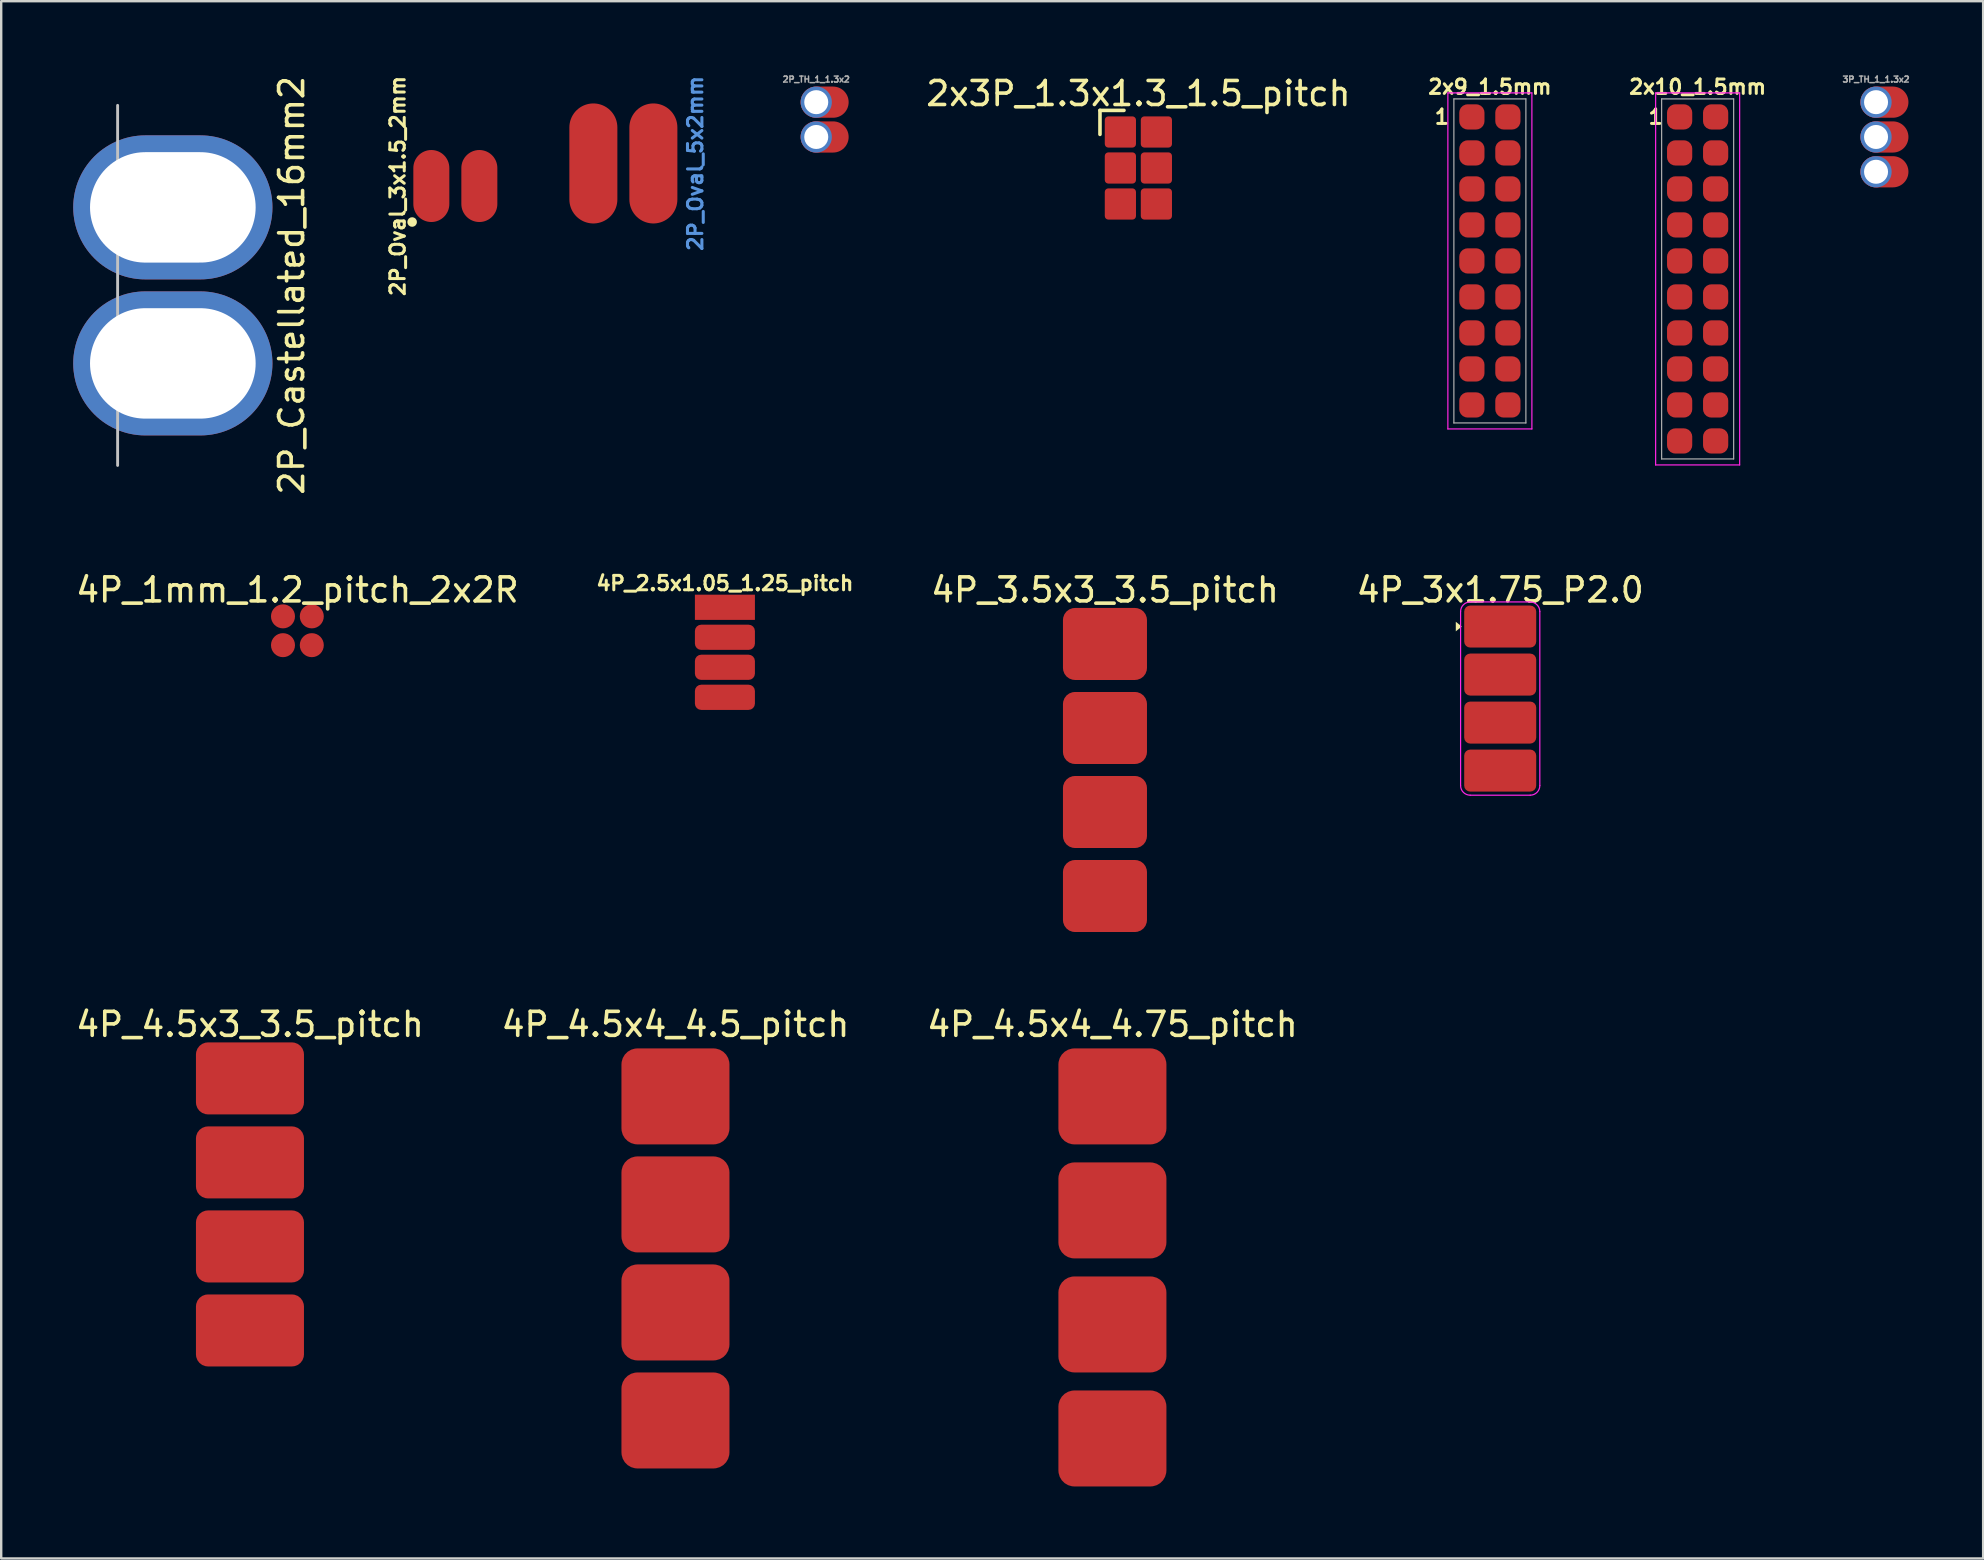
<source format=kicad_pcb>
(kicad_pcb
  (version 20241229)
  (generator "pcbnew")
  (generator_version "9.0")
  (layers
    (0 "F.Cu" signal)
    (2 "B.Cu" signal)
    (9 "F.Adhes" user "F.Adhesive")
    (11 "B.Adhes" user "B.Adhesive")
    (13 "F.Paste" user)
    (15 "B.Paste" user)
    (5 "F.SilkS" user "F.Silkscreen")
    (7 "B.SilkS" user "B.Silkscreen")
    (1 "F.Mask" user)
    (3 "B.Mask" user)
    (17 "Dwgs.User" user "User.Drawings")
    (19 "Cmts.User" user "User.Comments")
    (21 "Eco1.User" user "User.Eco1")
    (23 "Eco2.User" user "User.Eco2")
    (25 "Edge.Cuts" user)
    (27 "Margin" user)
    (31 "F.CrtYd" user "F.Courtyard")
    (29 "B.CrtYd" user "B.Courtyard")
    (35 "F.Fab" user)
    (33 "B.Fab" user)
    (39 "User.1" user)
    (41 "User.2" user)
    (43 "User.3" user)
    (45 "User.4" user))
  (footprint "4P_3.5x3_3.5_pitch"
    (layer "F.Cu")
    (at 42.982 29.027)
    (property "Reference" "4P_3.5x3_3.5_pitch" (at 0 -7.5 180) (layer "F.SilkS") (effects (font (size 1 1) (thickness 0.15))))
    (attr exclude_from_pos_files exclude_from_bom)
    (pad "1" connect roundrect (at 0 -5.25) (size 3.5 3) (layers "F.Cu" "F.Mask") (roundrect_rratio 0.167))
    (pad "2" connect roundrect (at 0 -1.75) (size 3.5 3) (layers "F.Cu" "F.Mask") (roundrect_rratio 0.167))
    (pad "3" connect roundrect (at 0 1.75) (size 3.5 3) (layers "F.Cu" "F.Mask") (roundrect_rratio 0.167))
    (pad "4" connect roundrect (at 0 5.25) (size 3.5 3) (layers "F.Cu" "F.Mask") (roundrect_rratio 0.167)))
  (footprint "4P_1mm_1.2_pitch_2x2R"
    (layer "F.Cu")
    (at 9.339 23.227)
    (property "Reference" "4P_1mm_1.2_pitch_2x2R" (at 0 -1.7 0) (layer "F.SilkS") (effects (font (size 1 1) (thickness 0.15))))
    (attr through_hole)
    (pad "1" connect circle (at -0.6 -0.6) (size 1 1) (layers "F.Cu" "F.Mask"))
    (pad "2" connect circle (at 0.6 -0.6) (size 1 1) (layers "F.Cu" "F.Mask"))
    (pad "3" connect circle (at -0.6 0.6) (size 1 1) (layers "F.Cu" "F.Mask"))
    (pad "4" connect circle (at 0.6 0.6) (size 1 1) (layers "F.Cu" "F.Mask")))
  (footprint "4P_4.5x3_3.5_pitch"
    (layer "F.Cu")
    (at 7.363 47.125)
    (property "Reference" "4P_4.5x3_3.5_pitch" (at 0 -7.5 180) (layer "F.SilkS") (effects (font (size 1 1) (thickness 0.15))))
    (attr exclude_from_pos_files exclude_from_bom)
    (pad "1" connect roundrect (at 0 -5.25) (size 4.5 3) (layers "F.Cu" "F.Mask") (roundrect_rratio 0.167))
    (pad "2" connect roundrect (at 0 -1.75) (size 4.5 3) (layers "F.Cu" "F.Mask") (roundrect_rratio 0.167))
    (pad "3" connect roundrect (at 0 1.75) (size 4.5 3) (layers "F.Cu" "F.Mask") (roundrect_rratio 0.167))
    (pad "4" connect roundrect (at 0 5.25) (size 4.5 3) (layers "F.Cu" "F.Mask") (roundrect_rratio 0.167)))
  (footprint "4P_2.5x1.05_1.25_pitch"
    (layer "F.Cu")
    (at 27.149 24.124)
    (property "Reference" "4P_2.5x1.05_1.25_pitch" (at 0 -2.875 0) (layer "F.SilkS") (effects (font (size 0.6 0.6) (thickness 0.125))))
    (attr exclude_from_pos_files exclude_from_bom)
    (pad "1" connect rect (at 0 -1.875) (size 2.5 1.05) (layers "F.Cu" "F.Mask"))
    (pad "2" connect roundrect (at 0 -0.625) (size 2.5 1.05) (layers "F.Cu" "F.Mask") (roundrect_rratio 0.25))
    (pad "3" connect roundrect (at 0 0.625) (size 2.5 1.05) (layers "F.Cu" "F.Mask") (roundrect_rratio 0.25))
    (pad "4" connect roundrect (at 0 1.875) (size 2.5 1.05) (layers "F.Cu" "F.Mask") (roundrect_rratio 0.25)))
  (footprint "4P_3x1.75_P2.0"
    (layer "F.Cu")
    (at 59.447 26.052)
    (property "Reference" "4P_3x1.75_P2.0" (at 0 -4.525 0) (unlocked yes) (layer "F.SilkS") (effects (font (size 1 1) (thickness 0.15))))
    (attr through_hole)
    (fp_poly (pts (xy -1.6 -3) (xy -1.85 -2.8) (xy -1.85 -3.2)) (stroke (width 0) (type solid)) (fill yes) (layer "F.SilkS"))
    (fp_line (start -1.65 -3.625) (end -1.65 3.625) (stroke (width 0.05) (type solid)) (layer "F.CrtYd"))
    (fp_line (start -1.25 4.025) (end 1.25 4.025) (stroke (width 0.05) (type solid)) (layer "F.CrtYd"))
    (fp_line (start 1.25 -4.025) (end -1.25 -4.025) (stroke (width 0.05) (type solid)) (layer "F.CrtYd"))
    (fp_line (start 1.65 3.625) (end 1.65 -3.625) (stroke (width 0.05) (type solid)) (layer "F.CrtYd"))
    (fp_arc (start -1.65 -3.625) (mid -1.532843 -3.907843) (end -1.25 -4.025) (stroke (width 0.05) (type solid)) (layer "F.CrtYd"))
    (fp_arc (start -1.25 4.025) (mid -1.532843 3.907843) (end -1.65 3.625) (stroke (width 0.05) (type solid)) (layer "F.CrtYd"))
    (fp_arc (start 1.25 -4.025) (mid 1.532843 -3.907843) (end 1.65 -3.625) (stroke (width 0.05) (type solid)) (layer "F.CrtYd"))
    (fp_arc (start 1.65 3.625) (mid 1.532843 3.907843) (end 1.25 4.025) (stroke (width 0.05) (type solid)) (layer "F.CrtYd"))
    (pad "1" connect roundrect (at 0 -3) (size 3 1.75) (layers "F.Cu" "F.Mask") (roundrect_rratio 0.143))
    (pad "2" connect roundrect (at 0 -1) (size 3 1.75) (layers "F.Cu" "F.Mask") (roundrect_rratio 0.143))
    (pad "3" connect roundrect (at 0 1) (size 3 1.75) (layers "F.Cu" "F.Mask") (roundrect_rratio 0.143))
    (pad "4" connect roundrect (at 0 3) (size 3 1.75) (layers "F.Cu" "F.Mask") (roundrect_rratio 0.143)))
  (footprint "2P_Oval_5x2mm"
    (layer "F.Cu")
    (at 22.919 3.759)
    (property "Reference" "2P_Oval_5x2mm" (at 3 0 90) (layer "Cmts.User") (effects (font (size 0.6 0.6) (thickness 0.127))))
    (attr exclude_from_pos_files exclude_from_bom)
    (pad "1" connect oval (at -1.25 0) (size 2 5) (layers "F.Cu" "F.Mask"))
    (pad "2" connect oval (at 1.25 0) (size 2 5) (layers "F.Cu" "F.Mask")))
  (footprint "3P_TH_1_1.3x2"
    (layer "F.Cu")
    (at 75.104 2.656)
    (property "Reference" "3P_TH_1_1.3x2" (at 0 -2.4 0) (unlocked yes) (layer "F.Fab") (effects (font (size 0.25 0.25) (thickness 0.062))))
    (attr exclude_from_pos_files)
    (pad "1" thru_hole circle (at 0 -1.45) (size 1.3 1.3) (drill 1) (layers "*.Cu" "*.Mask"))
    (pad "1" connect oval (at 0.35 -1.45) (size 2 1.3) (layers "F.Cu" "F.Mask"))
    (pad "2" thru_hole circle (at 0 0) (size 1.3 1.3) (drill 1) (layers "*.Cu" "*.Mask"))
    (pad "2" connect oval (at 0.35 0) (size 2 1.3) (layers "F.Cu" "F.Mask"))
    (pad "3" thru_hole circle (at 0 1.45) (size 1.3 1.3) (drill 1) (layers "*.Cu" "*.Mask"))
    (pad "3" connect oval (at 0.35 1.45) (size 2 1.3) (layers "F.Cu" "F.Mask")))
  (footprint "2x10_1.5mm"
    (layer "F.Cu")
    (at 67.672 8.57)
    (property "Reference" "2x10_1.5mm" (at 0 -8 0) (layer "F.SilkS") (effects (font (size 0.6 0.6) (thickness 0.125))))
    (attr exclude_from_pos_files exclude_from_bom)
    (fp_line (start -1.75 -7.75) (end 1.75 -7.75) (stroke (width 0.05) (type solid)) (layer "F.CrtYd"))
    (fp_line (start -1.75 7.75) (end -1.75 -7.75) (stroke (width 0.05) (type solid)) (layer "F.CrtYd"))
    (fp_line (start 1.75 -7.75) (end 1.75 7.75) (stroke (width 0.05) (type solid)) (layer "F.CrtYd"))
    (fp_line (start 1.75 7.75) (end -1.75 7.75) (stroke (width 0.05) (type solid)) (layer "F.CrtYd"))
    (fp_line (start -1.5 -7.5) (end 1.5 -7.5) (stroke (width 0.05) (type solid)) (layer "F.Fab"))
    (fp_line (start -1.5 7.5) (end -1.5 -7.5) (stroke (width 0.05) (type solid)) (layer "F.Fab"))
    (fp_line (start 1.5 -7.5) (end 1.5 7.5) (stroke (width 0.05) (type solid)) (layer "F.Fab"))
    (fp_line (start 1.5 7.5) (end -1.5 7.5) (stroke (width 0.05) (type solid)) (layer "F.Fab"))
    (fp_text user "1" (at -1.75 -6.75 0) (layer "F.SilkS") (effects (font (size 0.6 0.6) (thickness 0.125))))
    (pad "1" connect roundrect (at -0.75 -6.75) (size 1.05 1.05) (layers "F.Cu" "F.Mask") (roundrect_rratio 0.33))
    (pad "2" connect roundrect (at 0.75 -6.75) (size 1.05 1.05) (layers "F.Cu" "F.Mask") (roundrect_rratio 0.33))
    (pad "3" connect roundrect (at -0.75 -5.25) (size 1.05 1.05) (layers "F.Cu" "F.Mask") (roundrect_rratio 0.33))
    (pad "4" connect roundrect (at 0.75 -5.25) (size 1.05 1.05) (layers "F.Cu" "F.Mask") (roundrect_rratio 0.33))
    (pad "5" connect roundrect (at -0.75 -3.75) (size 1.05 1.05) (layers "F.Cu" "F.Mask") (roundrect_rratio 0.33))
    (pad "6" connect roundrect (at 0.75 -3.75) (size 1.05 1.05) (layers "F.Cu" "F.Mask") (roundrect_rratio 0.33))
    (pad "7" connect roundrect (at -0.75 -2.25) (size 1.05 1.05) (layers "F.Cu" "F.Mask") (roundrect_rratio 0.33))
    (pad "8" connect roundrect (at 0.75 -2.25) (size 1.05 1.05) (layers "F.Cu" "F.Mask") (roundrect_rratio 0.33))
    (pad "9" connect roundrect (at -0.75 -0.75) (size 1.05 1.05) (layers "F.Cu" "F.Mask") (roundrect_rratio 0.33))
    (pad "10" connect roundrect (at 0.75 -0.75) (size 1.05 1.05) (layers "F.Cu" "F.Mask") (roundrect_rratio 0.33))
    (pad "11" connect roundrect (at -0.75 0.75) (size 1.05 1.05) (layers "F.Cu" "F.Mask") (roundrect_rratio 0.33))
    (pad "12" connect roundrect (at 0.75 0.75) (size 1.05 1.05) (layers "F.Cu" "F.Mask") (roundrect_rratio 0.33))
    (pad "13" connect roundrect (at -0.75 2.25) (size 1.05 1.05) (layers "F.Cu" "F.Mask") (roundrect_rratio 0.33))
    (pad "14" connect roundrect (at 0.75 2.25) (size 1.05 1.05) (layers "F.Cu" "F.Mask") (roundrect_rratio 0.33))
    (pad "15" connect roundrect (at -0.75 3.75) (size 1.05 1.05) (layers "F.Cu" "F.Mask") (roundrect_rratio 0.33))
    (pad "16" connect roundrect (at 0.75 3.75) (size 1.05 1.05) (layers "F.Cu" "F.Mask") (roundrect_rratio 0.33))
    (pad "17" connect roundrect (at -0.75 5.25) (size 1.05 1.05) (layers "F.Cu" "F.Mask") (roundrect_rratio 0.33))
    (pad "18" connect roundrect (at 0.75 5.25) (size 1.05 1.05) (layers "F.Cu" "F.Mask") (roundrect_rratio 0.33))
    (pad "19" connect roundrect (at -0.75 6.75) (size 1.05 1.05) (layers "F.Cu" "F.Mask") (roundrect_rratio 0.33))
    (pad "20" connect roundrect (at 0.75 6.75) (size 1.05 1.05) (layers "F.Cu" "F.Mask") (roundrect_rratio 0.33)))
  (footprint "2P_Oval_3x1.5_2mm"
    (layer "F.Cu")
    (at 15.919 4.699)
    (property "Reference" "2P_Oval_3x1.5_2mm" (at -2.4 0 90) (layer "F.SilkS") (effects (font (size 0.6 0.6) (thickness 0.125))))
    (attr exclude_from_pos_files exclude_from_bom)
    (fp_circle (center -1.8 1.5) (end -1.7 1.5) (stroke (width 0.2) (type solid)) (fill no) (layer "F.SilkS"))
    (pad "1" connect oval (at -1 0) (size 1.5 3) (layers "F.Cu" "F.Mask"))
    (pad "2" connect oval (at 1 0) (size 1.5 3) (layers "F.Cu" "F.Mask")))
  (footprint "4P_4.5x4_4.75_pitch"
    (layer "F.Cu")
    (at 43.292 49.75)
    (property "Reference" "4P_4.5x4_4.75_pitch" (at 0 -10.125 180) (layer "F.SilkS") (effects (font (size 1 1) (thickness 0.15))))
    (attr exclude_from_pos_files exclude_from_bom)
    (pad "1" connect roundrect (at 0 -7.125) (size 4.5 4) (layers "F.Cu" "F.Mask") (roundrect_rratio 0.167))
    (pad "2" connect roundrect (at 0 -2.375) (size 4.5 4) (layers "F.Cu" "F.Mask") (roundrect_rratio 0.167))
    (pad "3" connect roundrect (at 0 2.375) (size 4.5 4) (layers "F.Cu" "F.Mask") (roundrect_rratio 0.167))
    (pad "4" connect roundrect (at 0 7.125) (size 4.5 4) (layers "F.Cu" "F.Mask") (roundrect_rratio 0.167)))
  (footprint "2P_Castellated_16mm2"
    (layer "F.Cu")
    (at 1.85 8.839)
    (property "Reference" "2P_Castellated_16mm2" (at 7.25 0 270) (layer "F.SilkS") (effects (font (size 1 1) (thickness 0.15))))
    (attr exclude_from_pos_files exclude_from_bom)
    (fp_line (start 0 -7.5) (end 0 7.5) (stroke (width 0.12) (type solid)) (layer "Dwgs.User"))
    (pad "1" thru_hole oval (at 2.3 -3.25) (size 8.3 6) (drill oval 6.9 4.6) (layers "*.Cu" "*.Mask"))
    (pad "2" thru_hole oval (at 2.3 3.25) (size 8.3 6) (drill oval 6.9 4.6) (layers "*.Cu" "*.Mask")))
  (footprint "2P_TH_1_1.3x2"
    (layer "F.Cu")
    (at 30.954 1.931)
    (property "Reference" "2P_TH_1_1.3x2" (at 0 -1.675 0) (unlocked yes) (layer "F.Fab") (effects (font (size 0.25 0.25) (thickness 0.062))))
    (attr exclude_from_pos_files)
    (pad "1" thru_hole circle (at 0 -0.725) (size 1.3 1.3) (drill 1) (layers "*.Cu" "*.Mask"))
    (pad "1" connect oval (at 0.35 -0.725) (size 2 1.3) (layers "F.Cu" "F.Mask"))
    (pad "2" thru_hole circle (at 0 0.725) (size 1.3 1.3) (drill 1) (layers "*.Cu" "*.Mask"))
    (pad "2" connect oval (at 0.35 0.725) (size 2 1.3) (layers "F.Cu" "F.Mask")))
  (footprint "2x9_1.5mm"
    (layer "F.Cu")
    (at 59.017 7.82)
    (property "Reference" "2x9_1.5mm" (at 0 -7.25 0) (layer "F.SilkS") (effects (font (size 0.6 0.6) (thickness 0.125))))
    (attr exclude_from_pos_files exclude_from_bom)
    (fp_line (start -1.75 -7) (end 1.75 -7) (stroke (width 0.05) (type solid)) (layer "F.CrtYd"))
    (fp_line (start -1.75 7) (end -1.75 -7) (stroke (width 0.05) (type solid)) (layer "F.CrtYd"))
    (fp_line (start 1.75 -7) (end 1.75 7) (stroke (width 0.05) (type solid)) (layer "F.CrtYd"))
    (fp_line (start 1.75 7) (end -1.75 7) (stroke (width 0.05) (type solid)) (layer "F.CrtYd"))
    (fp_line (start -1.5 -6.75) (end 1.5 -6.75) (stroke (width 0.05) (type solid)) (layer "F.Fab"))
    (fp_line (start -1.5 6.75) (end -1.5 -6.75) (stroke (width 0.05) (type solid)) (layer "F.Fab"))
    (fp_line (start 1.5 -6.75) (end 1.5 6.75) (stroke (width 0.05) (type solid)) (layer "F.Fab"))
    (fp_line (start 1.5 6.75) (end -1.5 6.75) (stroke (width 0.05) (type solid)) (layer "F.Fab"))
    (fp_text user "1" (at -2 -6 0) (layer "F.SilkS") (effects (font (size 0.6 0.6) (thickness 0.125))))
    (pad "1" connect roundrect (at -0.75 -6) (size 1.05 1.05) (layers "F.Cu" "F.Mask") (roundrect_rratio 0.33))
    (pad "2" connect roundrect (at 0.75 -6) (size 1.05 1.05) (layers "F.Cu" "F.Mask") (roundrect_rratio 0.33))
    (pad "3" connect roundrect (at -0.75 -4.5) (size 1.05 1.05) (layers "F.Cu" "F.Mask") (roundrect_rratio 0.33))
    (pad "4" connect roundrect (at 0.75 -4.5) (size 1.05 1.05) (layers "F.Cu" "F.Mask") (roundrect_rratio 0.33))
    (pad "5" connect roundrect (at -0.75 -3) (size 1.05 1.05) (layers "F.Cu" "F.Mask") (roundrect_rratio 0.33))
    (pad "6" connect roundrect (at 0.75 -3) (size 1.05 1.05) (layers "F.Cu" "F.Mask") (roundrect_rratio 0.33))
    (pad "7" connect roundrect (at -0.75 -1.5) (size 1.05 1.05) (layers "F.Cu" "F.Mask") (roundrect_rratio 0.33))
    (pad "8" connect roundrect (at 0.75 -1.5) (size 1.05 1.05) (layers "F.Cu" "F.Mask") (roundrect_rratio 0.33))
    (pad "9" connect roundrect (at -0.75 0) (size 1.05 1.05) (layers "F.Cu" "F.Mask") (roundrect_rratio 0.33))
    (pad "10" connect roundrect (at 0.75 0) (size 1.05 1.05) (layers "F.Cu" "F.Mask") (roundrect_rratio 0.33))
    (pad "11" connect roundrect (at -0.75 1.5) (size 1.05 1.05) (layers "F.Cu" "F.Mask") (roundrect_rratio 0.33))
    (pad "12" connect roundrect (at 0.75 1.5) (size 1.05 1.05) (layers "F.Cu" "F.Mask") (roundrect_rratio 0.33))
    (pad "13" connect roundrect (at -0.75 3) (size 1.05 1.05) (layers "F.Cu" "F.Mask") (roundrect_rratio 0.33))
    (pad "14" connect roundrect (at 0.75 3) (size 1.05 1.05) (layers "F.Cu" "F.Mask") (roundrect_rratio 0.33))
    (pad "15" connect roundrect (at -0.75 4.5) (size 1.05 1.05) (layers "F.Cu" "F.Mask") (roundrect_rratio 0.33))
    (pad "16" connect roundrect (at 0.75 4.5) (size 1.05 1.05) (layers "F.Cu" "F.Mask") (roundrect_rratio 0.33))
    (pad "17" connect roundrect (at -0.75 6) (size 1.05 1.05) (layers "F.Cu" "F.Mask") (roundrect_rratio 0.33))
    (pad "18" connect roundrect (at 0.75 6) (size 1.05 1.05) (layers "F.Cu" "F.Mask") (roundrect_rratio 0.33)))
  (footprint "4P_4.5x4_4.5_pitch"
    (layer "F.Cu")
    (at 25.089 49.375)
    (property "Reference" "4P_4.5x4_4.5_pitch" (at 0 -9.75 180) (layer "F.SilkS") (effects (font (size 1 1) (thickness 0.15))))
    (attr exclude_from_pos_files exclude_from_bom)
    (pad "1" connect roundrect (at 0 -6.75) (size 4.5 4) (layers "F.Cu" "F.Mask") (roundrect_rratio 0.167))
    (pad "2" connect roundrect (at 0 -2.25) (size 4.5 4) (layers "F.Cu" "F.Mask") (roundrect_rratio 0.167))
    (pad "3" connect roundrect (at 0 2.25) (size 4.5 4) (layers "F.Cu" "F.Mask") (roundrect_rratio 0.167))
    (pad "4" connect roundrect (at 0 6.75) (size 4.5 4) (layers "F.Cu" "F.Mask") (roundrect_rratio 0.167)))
  (footprint "2x3P_1.3x1.3_1.5_pitch"
    (layer "F.Cu")
    (at 44.374 3.948)
    (property "Reference" "2x3P_1.3x1.3_1.5_pitch" (at 0 -3.1 0) (unlocked yes) (layer "F.SilkS") (effects (font (size 1 1) (thickness 0.15))))
    (attr exclude_from_pos_files exclude_from_bom)
    (fp_line (start -1.6 -2.4) (end -1.6 -1.4) (stroke (width 0.15) (type solid)) (layer "F.SilkS"))
    (fp_line (start -1.6 -2.4) (end -0.6 -2.4) (stroke (width 0.15) (type solid)) (layer "F.SilkS"))
    (pad "1" connect roundrect (at -0.75 -1.5) (size 1.3 1.3) (layers "F.Cu" "F.Mask") (roundrect_rratio 0.115))
    (pad "2" connect roundrect (at 0.75 -1.5) (size 1.3 1.3) (layers "F.Cu" "F.Mask") (roundrect_rratio 0.115))
    (pad "3" connect roundrect (at -0.75 0) (size 1.3 1.3) (layers "F.Cu" "F.Mask") (roundrect_rratio 0.115))
    (pad "4" connect roundrect (at 0.75 0) (size 1.3 1.3) (layers "F.Cu" "F.Mask") (roundrect_rratio 0.115))
    (pad "5" connect roundrect (at -0.75 1.5) (size 1.3 1.3) (layers "F.Cu" "F.Mask") (roundrect_rratio 0.115))
    (pad "6" connect roundrect (at 0.75 1.5) (size 1.3 1.3) (layers "F.Cu" "F.Mask") (roundrect_rratio 0.115)))
  (gr_rect
    (start -3 -3)
    (end 79.566 61.875)
    (stroke (width 0.1) (type default))
    (fill no)
    (layer "Edge.Cuts")))
</source>
